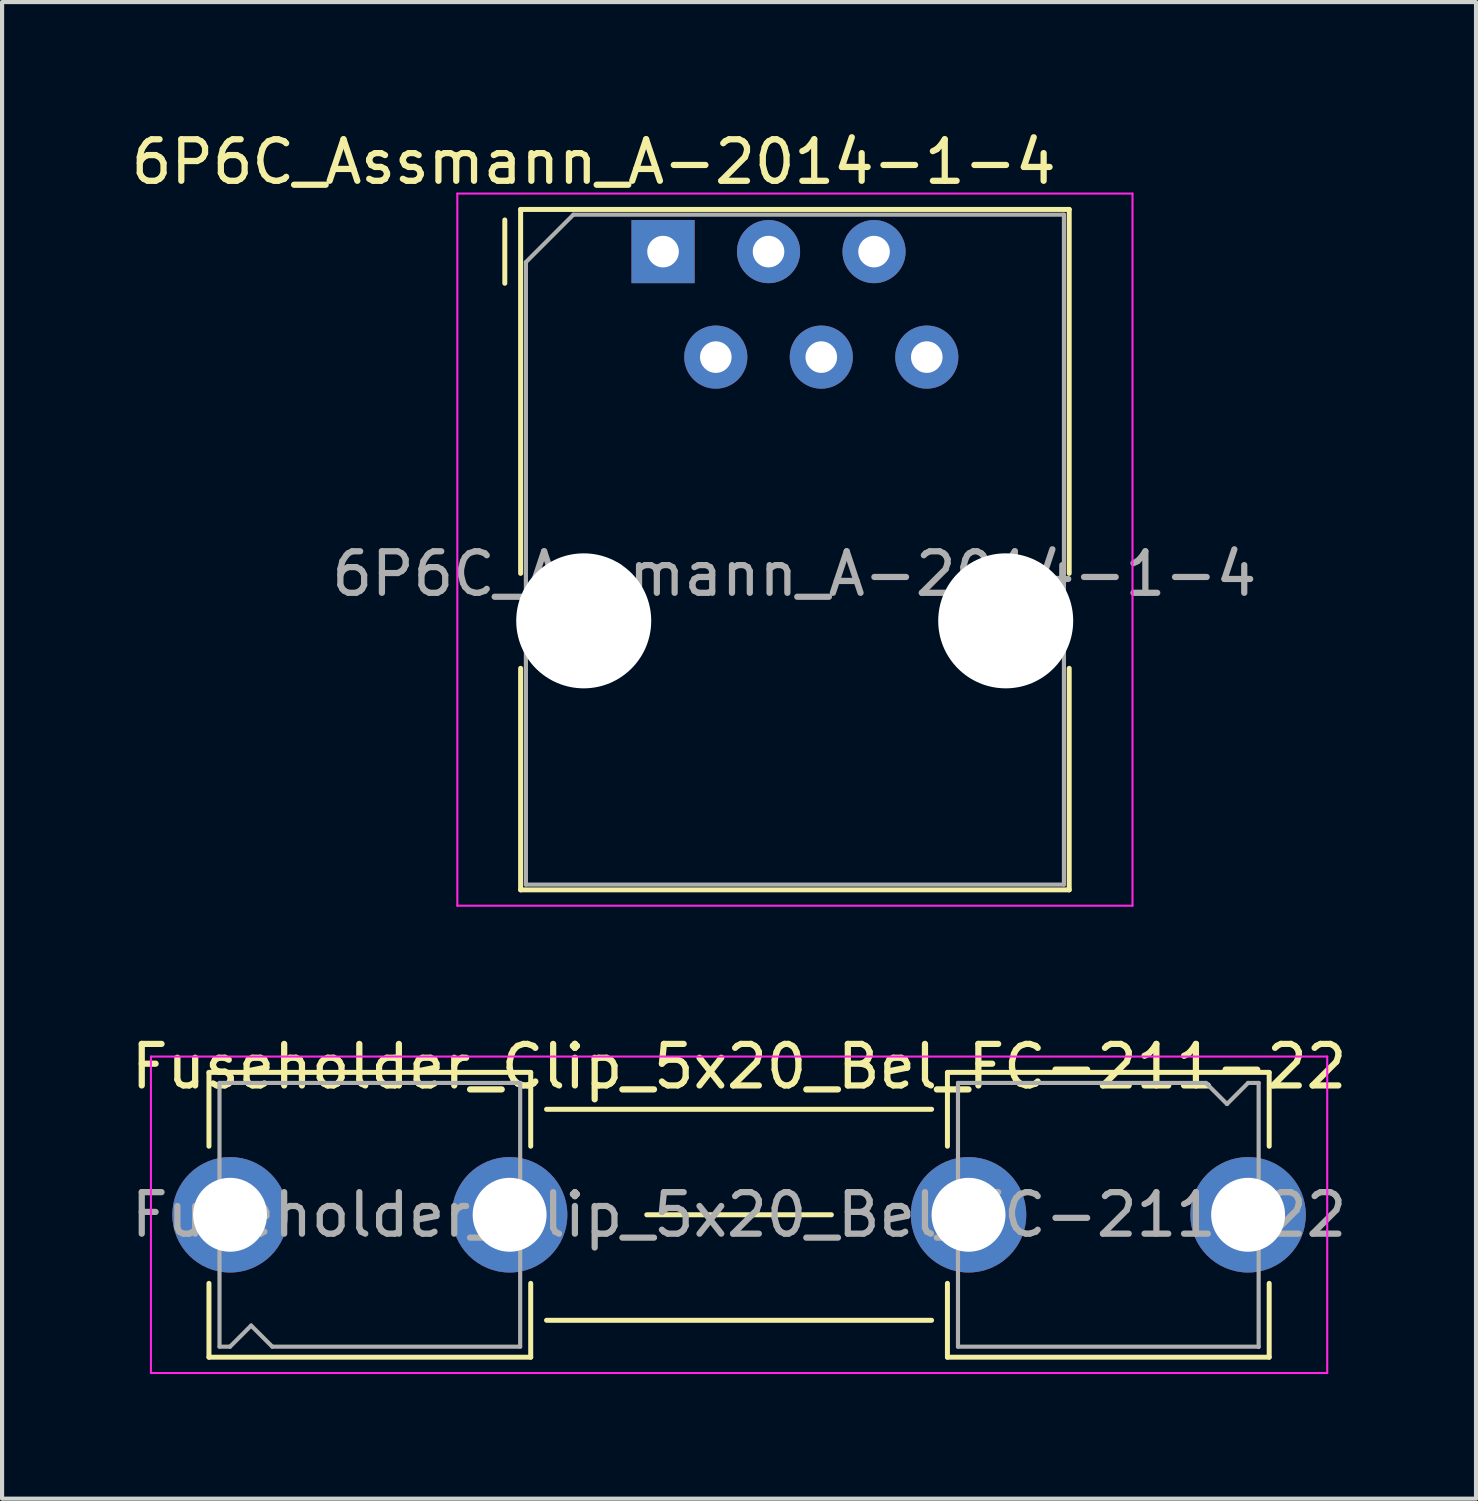
<source format=kicad_pcb>
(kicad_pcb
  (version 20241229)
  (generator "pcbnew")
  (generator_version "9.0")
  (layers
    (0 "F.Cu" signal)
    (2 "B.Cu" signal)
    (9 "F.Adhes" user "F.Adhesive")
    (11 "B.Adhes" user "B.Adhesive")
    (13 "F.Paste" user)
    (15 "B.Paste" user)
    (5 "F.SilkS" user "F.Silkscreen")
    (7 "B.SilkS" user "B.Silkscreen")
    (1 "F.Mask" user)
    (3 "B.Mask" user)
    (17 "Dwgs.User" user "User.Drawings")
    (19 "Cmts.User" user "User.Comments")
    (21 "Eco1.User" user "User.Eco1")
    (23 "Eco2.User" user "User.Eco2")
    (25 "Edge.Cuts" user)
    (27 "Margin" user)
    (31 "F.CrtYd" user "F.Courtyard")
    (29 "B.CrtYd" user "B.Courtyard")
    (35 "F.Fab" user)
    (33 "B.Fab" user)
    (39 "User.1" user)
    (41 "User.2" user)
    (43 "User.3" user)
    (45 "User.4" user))
  (footprint "Fuseholder_Clip_5x20_Bel_FC-211-22"
    (layer "F.Cu")
    (at 2.489 26.198)
    (property "Reference" "Fuseholder_Clip_5x20_Bel_FC-211-22" (at 12.255 -3.569 0) (layer "F.SilkS") (effects (font (size 1 1) (thickness 0.15))))
    (attr through_hole)
    (fp_line (start -0.508 -3.421) (end -0.508 -1.651) (stroke (width 0.12) (type solid)) (layer "F.SilkS"))
    (fp_line (start -0.508 3.429) (end -0.508 1.651) (stroke (width 0.12) (type solid)) (layer "F.SilkS"))
    (fp_line (start -0.508 3.429) (end 7.239 3.429) (stroke (width 0.12) (type solid)) (layer "F.SilkS"))
    (fp_line (start 7.239 -3.429) (end -0.508 -3.429) (stroke (width 0.12) (type solid)) (layer "F.SilkS"))
    (fp_line (start 7.239 -1.651) (end 7.239 -3.421) (stroke (width 0.12) (type solid)) (layer "F.SilkS"))
    (fp_line (start 7.239 1.651) (end 7.239 3.429) (stroke (width 0.12) (type solid)) (layer "F.SilkS"))
    (fp_line (start 7.62 -2.54) (end 16.891 -2.54) (stroke (width 0.12) (type solid)) (layer "F.SilkS"))
    (fp_line (start 10.033 0) (end 14.478 0) (stroke (width 0.12) (type solid)) (layer "F.SilkS"))
    (fp_line (start 16.891 2.54) (end 7.62 2.54) (stroke (width 0.12) (type solid)) (layer "F.SilkS"))
    (fp_line (start 17.272 -3.421) (end 17.272 -1.651) (stroke (width 0.12) (type solid)) (layer "F.SilkS"))
    (fp_line (start 17.272 3.429) (end 17.272 1.651) (stroke (width 0.12) (type solid)) (layer "F.SilkS"))
    (fp_line (start 17.272 3.429) (end 25.019 3.429) (stroke (width 0.12) (type solid)) (layer "F.SilkS"))
    (fp_line (start 25.019 -3.429) (end 17.272 -3.429) (stroke (width 0.12) (type solid)) (layer "F.SilkS"))
    (fp_line (start 25.019 -1.651) (end 25.019 -3.421) (stroke (width 0.12) (type solid)) (layer "F.SilkS"))
    (fp_line (start 25.019 1.651) (end 25.019 3.429) (stroke (width 0.12) (type solid)) (layer "F.SilkS"))
    (fp_line (start -1.905 -3.81) (end -1.905 3.81) (stroke (width 0.05) (type solid)) (layer "F.CrtYd"))
    (fp_line (start -1.905 3.81) (end 26.416 3.81) (stroke (width 0.05) (type solid)) (layer "F.CrtYd"))
    (fp_line (start 26.416 -3.81) (end -1.905 -3.81) (stroke (width 0.05) (type solid)) (layer "F.CrtYd"))
    (fp_line (start 26.416 3.81) (end 26.416 -3.81) (stroke (width 0.05) (type solid)) (layer "F.CrtYd"))
    (fp_line (start -0.254 -3.175) (end -0.254 3.175) (stroke (width 0.1) (type solid)) (layer "F.Fab"))
    (fp_line (start -0.254 3.175) (end 0 3.175) (stroke (width 0.1) (type solid)) (layer "F.Fab"))
    (fp_line (start 0 3.175) (end 0.508 2.667) (stroke (width 0.1) (type solid)) (layer "F.Fab"))
    (fp_line (start 0.508 2.667) (end 1.016 3.175) (stroke (width 0.1) (type solid)) (layer "F.Fab"))
    (fp_line (start 1.016 3.175) (end 6.985 3.175) (stroke (width 0.1) (type solid)) (layer "F.Fab"))
    (fp_line (start 6.985 -3.175) (end -0.254 -3.175) (stroke (width 0.1) (type solid)) (layer "F.Fab"))
    (fp_line (start 6.985 3.175) (end 6.985 -3.175) (stroke (width 0.1) (type solid)) (layer "F.Fab"))
    (fp_line (start 17.526 -3.175) (end 17.526 3.175) (stroke (width 0.1) (type solid)) (layer "F.Fab"))
    (fp_line (start 17.526 3.175) (end 24.765 3.175) (stroke (width 0.1) (type solid)) (layer "F.Fab"))
    (fp_line (start 23.495 -3.175) (end 17.526 -3.175) (stroke (width 0.1) (type solid)) (layer "F.Fab"))
    (fp_line (start 24.003 -2.667) (end 23.495 -3.175) (stroke (width 0.1) (type solid)) (layer "F.Fab"))
    (fp_line (start 24.511 -3.175) (end 24.003 -2.667) (stroke (width 0.1) (type solid)) (layer "F.Fab"))
    (fp_line (start 24.765 -3.175) (end 24.511 -3.175) (stroke (width 0.1) (type solid)) (layer "F.Fab"))
    (fp_line (start 24.765 3.184) (end 24.765 -3.175) (stroke (width 0.1) (type solid)) (layer "F.Fab"))
    (fp_text user "${REFERENCE}" (at 12.255 0 0) (layer "F.Fab") (effects (font (size 1 1) (thickness 0.15))))
    (pad "1" thru_hole circle (at 0 0) (size 2.78 2.78) (drill 1.78) (layers "*.Cu" "*.Mask"))
    (pad "1" thru_hole circle (at 6.731 0) (size 2.78 2.78) (drill 1.78) (layers "*.Cu" "*.Mask"))
    (pad "2" thru_hole circle (at 17.78 0) (size 2.78 2.78) (drill 1.78) (layers "*.Cu" "*.Mask"))
    (pad "2" thru_hole circle (at 24.511 0) (size 2.78 2.78) (drill 1.78) (layers "*.Cu" "*.Mask")))
  (footprint "6P6C_Assmann_A-2014-1-4"
    (layer "F.Cu")
    (at 12.914 3.008)
    (property "Reference" "6P6C_Assmann_A-2014-1-4" (at -1.67 -2.16 0) (layer "F.SilkS") (effects (font (size 1 1) (thickness 0.15))))
    (attr through_hole)
    (fp_line (start -3.81 0.762) (end -3.81 -0.762) (stroke (width 0.12) (type solid)) (layer "F.SilkS"))
    (fp_line (start -3.429 -1.016) (end 9.779 -1.016) (stroke (width 0.12) (type solid)) (layer "F.SilkS"))
    (fp_line (start -3.429 7.747) (end -3.429 -1.016) (stroke (width 0.12) (type solid)) (layer "F.SilkS"))
    (fp_line (start -3.429 15.367) (end -3.429 10.033) (stroke (width 0.12) (type solid)) (layer "F.SilkS"))
    (fp_line (start 9.779 -1.016) (end 9.779 7.747) (stroke (width 0.12) (type solid)) (layer "F.SilkS"))
    (fp_line (start 9.779 15.367) (end -3.429 15.367) (stroke (width 0.12) (type solid)) (layer "F.SilkS"))
    (fp_line (start 9.779 15.367) (end 9.779 10.033) (stroke (width 0.12) (type solid)) (layer "F.SilkS"))
    (fp_line (start -4.953 -1.397) (end 11.303 -1.397) (stroke (width 0.05) (type solid)) (layer "F.CrtYd"))
    (fp_line (start -4.953 15.748) (end -4.953 -1.397) (stroke (width 0.05) (type solid)) (layer "F.CrtYd"))
    (fp_line (start 11.303 -1.397) (end 11.303 15.748) (stroke (width 0.05) (type solid)) (layer "F.CrtYd"))
    (fp_line (start 11.303 15.748) (end -4.953 15.748) (stroke (width 0.05) (type solid)) (layer "F.CrtYd"))
    (fp_line (start -3.302 0.254) (end -2.159 -0.889) (stroke (width 0.1) (type solid)) (layer "F.Fab"))
    (fp_line (start -3.302 15.24) (end -3.302 0.254) (stroke (width 0.1) (type solid)) (layer "F.Fab"))
    (fp_line (start -2.159 -0.889) (end 9.652 -0.889) (stroke (width 0.1) (type solid)) (layer "F.Fab"))
    (fp_line (start 9.652 -0.889) (end 9.652 15.24) (stroke (width 0.1) (type solid)) (layer "F.Fab"))
    (fp_line (start 9.652 15.24) (end -3.302 15.24) (stroke (width 0.1) (type solid)) (layer "F.Fab"))
    (fp_text user "${REFERENCE}" (at 3.16 7.76 0) (layer "F.Fab") (effects (font (size 1 1) (thickness 0.15))))
    (pad "" np_thru_hole circle (at -1.91 8.89) (size 3.25 3.25) (drill 3.25) (layers "*.Cu" "*.Mask"))
    (pad "" np_thru_hole circle (at 8.25 8.89) (size 3.25 3.25) (drill 3.25) (layers "*.Cu" "*.Mask"))
    (pad "1" thru_hole rect (at 0 0) (size 1.52 1.52) (drill 0.76) (layers "*.Cu" "*.Mask"))
    (pad "2" thru_hole circle (at 1.27 2.54) (size 1.52 1.52) (drill 0.76) (layers "*.Cu" "*.Mask"))
    (pad "3" thru_hole circle (at 2.54 0) (size 1.52 1.52) (drill 0.76) (layers "*.Cu" "*.Mask"))
    (pad "4" thru_hole circle (at 3.81 2.54) (size 1.52 1.52) (drill 0.76) (layers "*.Cu" "*.Mask"))
    (pad "5" thru_hole circle (at 5.08 0) (size 1.52 1.52) (drill 0.76) (layers "*.Cu" "*.Mask"))
    (pad "6" thru_hole circle (at 6.35 2.54) (size 1.52 1.52) (drill 0.76) (layers "*.Cu" "*.Mask")))
  (gr_rect
    (start -3 -3)
    (end 32.488 33.033)
    (stroke (width 0.1) (type default))
    (fill no)
    (layer "Edge.Cuts")))
</source>
